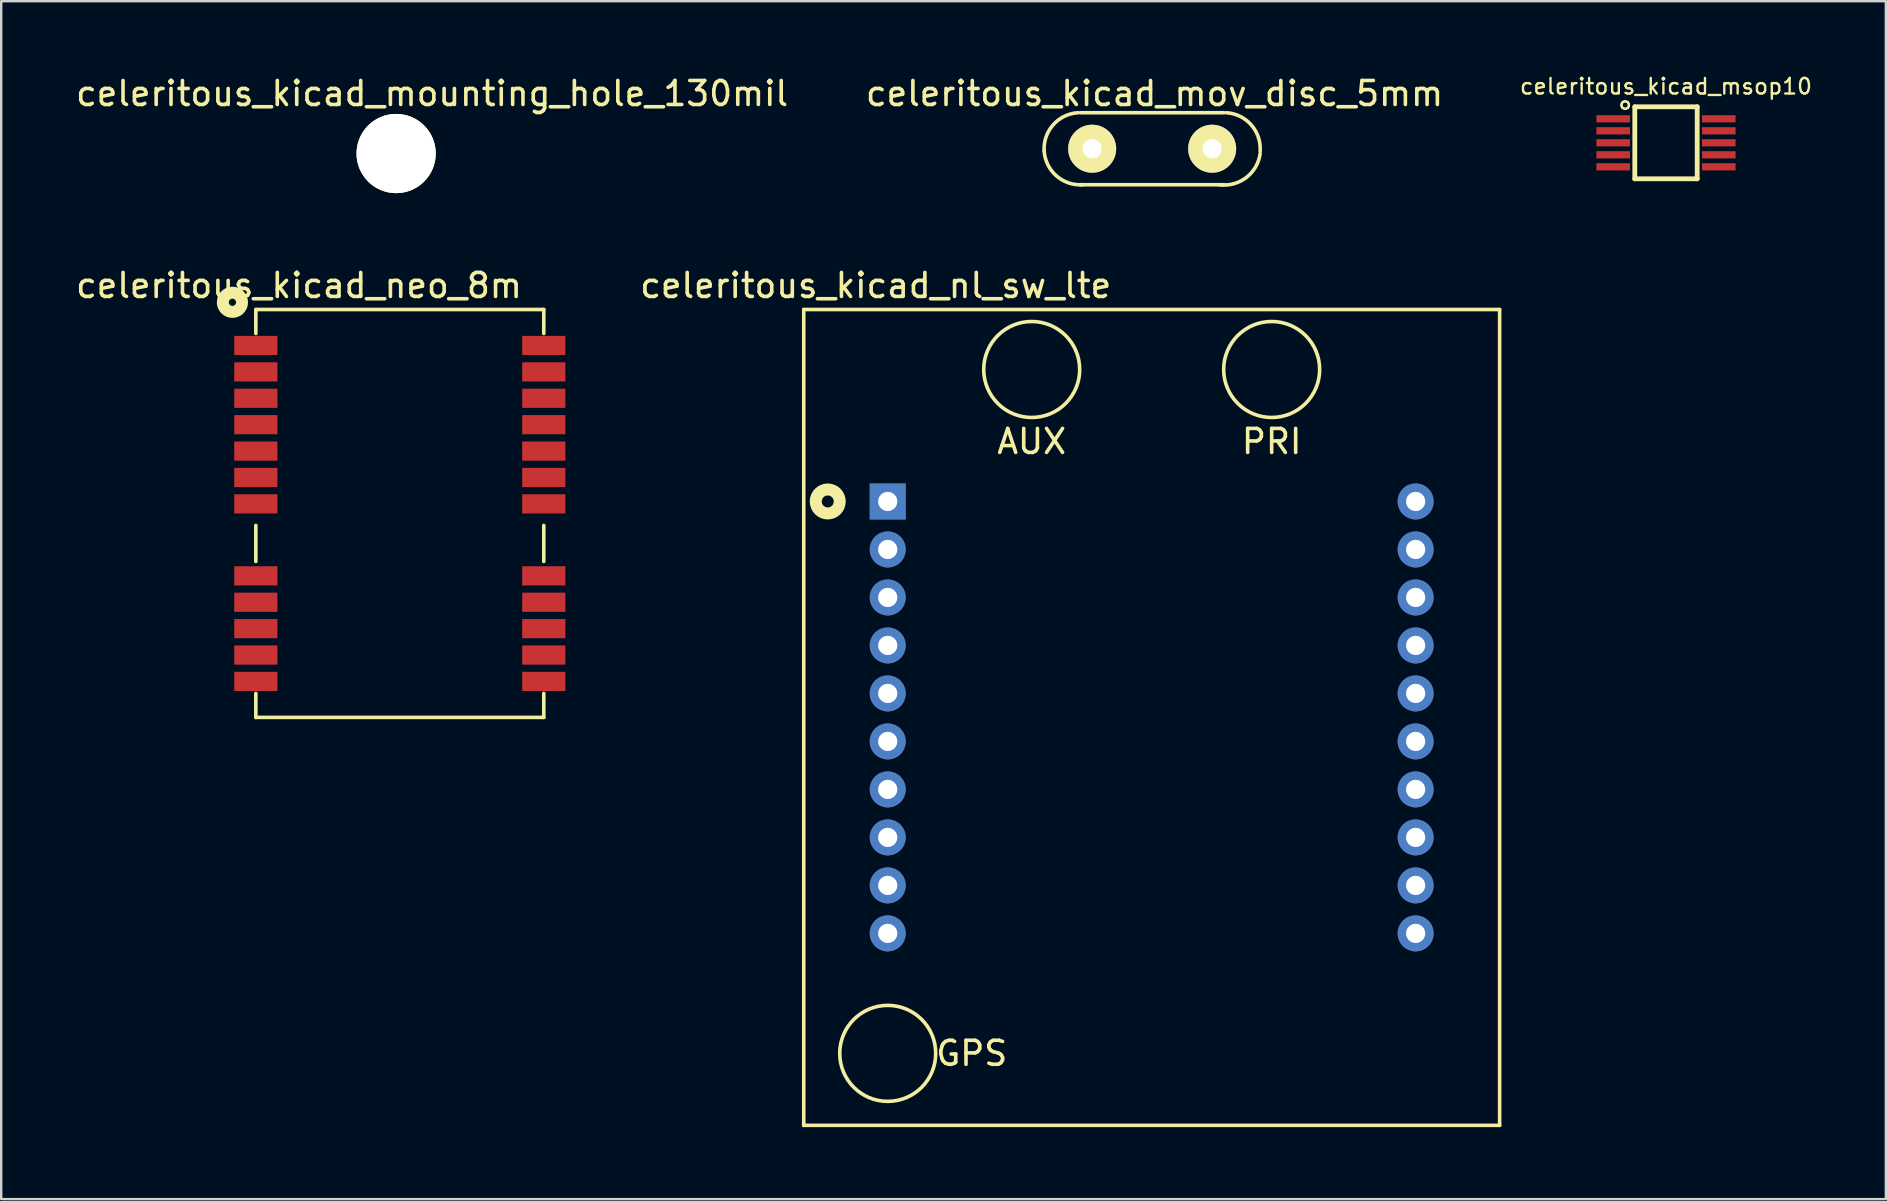
<source format=kicad_pcb>
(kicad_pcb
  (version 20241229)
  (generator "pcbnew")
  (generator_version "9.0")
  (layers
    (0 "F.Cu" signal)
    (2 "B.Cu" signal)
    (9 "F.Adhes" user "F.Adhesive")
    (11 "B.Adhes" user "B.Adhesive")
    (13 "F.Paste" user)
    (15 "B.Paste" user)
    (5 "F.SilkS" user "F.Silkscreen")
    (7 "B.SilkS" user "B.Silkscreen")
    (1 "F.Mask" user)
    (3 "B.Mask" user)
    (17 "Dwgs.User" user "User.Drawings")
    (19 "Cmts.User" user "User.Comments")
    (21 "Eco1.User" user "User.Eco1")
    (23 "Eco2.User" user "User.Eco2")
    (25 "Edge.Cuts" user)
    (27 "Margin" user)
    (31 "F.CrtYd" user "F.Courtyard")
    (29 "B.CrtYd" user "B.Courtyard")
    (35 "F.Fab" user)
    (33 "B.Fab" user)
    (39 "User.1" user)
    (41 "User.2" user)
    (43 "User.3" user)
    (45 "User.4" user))
  (footprint "celeritous_kicad_mounting_hole_130mil"
    (layer "F.Cu")
    (at 13.458 3.348)
    (property "Reference" "celeritous_kicad_mounting_hole_130mil" (at 1.5 -2.5 0) (layer "F.SilkS") (effects (font (size 1 1) (thickness 0.15))))
    (attr through_hole)
    (pad "" np_thru_hole circle (at 0 0) (size 3.302 3.302) (drill 3.302) (layers "*.Cu" "*.Mask" "F.SilkS")))
  (footprint "celeritous_kicad_mov_disc_5mm"
    (layer "F.Cu")
    (at 44.965 3.148)
    (property "Reference" "celeritous_kicad_mov_disc_5mm" (at 0.1 -2.3 0) (layer "F.SilkS") (effects (font (size 1 1) (thickness 0.15))))
    (attr through_hole)
    (fp_line (start -3 1.5) (end 3 1.5) (stroke (width 0.15) (type solid)) (layer "F.SilkS"))
    (fp_line (start 3 -1.5) (end -3 -1.5) (stroke (width 0.15) (type solid)) (layer "F.SilkS"))
    (fp_arc (start -4.5 0.1) (mid -4.131371 -0.989949) (end -3.1 -1.5) (stroke (width 0.15) (type solid)) (layer "F.SilkS"))
    (fp_arc (start -2.9 1.5) (mid -3.989949 1.131371) (end -4.5 0.1) (stroke (width 0.15) (type solid)) (layer "F.SilkS"))
    (fp_arc (start 3.1 -1.5) (mid 4.131371 -0.989949) (end 4.5 0.1) (stroke (width 0.15) (type solid)) (layer "F.SilkS"))
    (fp_arc (start 4.5 0.2) (mid 3.919239 1.202082) (end 2.8 1.5) (stroke (width 0.15) (type solid)) (layer "F.SilkS"))
    (pad "1" thru_hole circle (at -2.5 0) (size 2 2) (drill 0.8) (layers "*.Cu" "*.Mask" "F.SilkS"))
    (pad "2" thru_hole circle (at 2.5 0) (size 2 2) (drill 0.8) (layers "*.Cu" "*.Mask" "F.SilkS")))
  (footprint "celeritous_kicad_msop10"
    (layer "F.Cu")
    (at 66.378 2.901)
    (property "Reference" "celeritous_kicad_msop10" (at 0 -2.35 0) (layer "F.SilkS") (effects (font (size 0.65 0.65) (thickness 0.098))))
    (attr smd)
    (fp_line (start -1.3 -1.5) (end 1.3 -1.5) (stroke (width 0.2) (type solid)) (layer "F.SilkS"))
    (fp_line (start -1.3 1.5) (end -1.3 -1.5) (stroke (width 0.2) (type solid)) (layer "F.SilkS"))
    (fp_line (start 1.3 -1.5) (end 1.3 1.5) (stroke (width 0.2) (type solid)) (layer "F.SilkS"))
    (fp_line (start 1.3 1.5) (end -1.3 1.5) (stroke (width 0.2) (type solid)) (layer "F.SilkS"))
    (fp_text user "○" (at -1.7 -1.6 0) (layer "F.SilkS") (effects (font (size 0.4 0.4) (thickness 0.1))))
    (pad "1" smd rect (at -2.2 -1) (size 1.4 0.3) (layers "F.Cu" "F.Mask" "F.Paste"))
    (pad "2" smd rect (at -2.2 -0.5) (size 1.4 0.3) (layers "F.Cu" "F.Mask" "F.Paste"))
    (pad "3" smd rect (at -2.2 0) (size 1.4 0.3) (layers "F.Cu" "F.Mask" "F.Paste"))
    (pad "4" smd rect (at -2.2 0.5) (size 1.4 0.3) (layers "F.Cu" "F.Mask" "F.Paste"))
    (pad "5" smd rect (at -2.2 1) (size 1.4 0.3) (layers "F.Cu" "F.Mask" "F.Paste"))
    (pad "6" smd rect (at 2.2 1) (size 1.4 0.3) (layers "F.Cu" "F.Mask" "F.Paste"))
    (pad "7" smd rect (at 2.2 0.5) (size 1.4 0.3) (layers "F.Cu" "F.Mask" "F.Paste"))
    (pad "8" smd rect (at 2.2 0) (size 1.4 0.3) (layers "F.Cu" "F.Mask" "F.Paste"))
    (pad "9" smd rect (at 2.2 -0.5) (size 1.4 0.3) (layers "F.Cu" "F.Mask" "F.Paste"))
    (pad "10" smd rect (at 2.2 -1) (size 1.4 0.3) (layers "F.Cu" "F.Mask" "F.Paste")))
  (footprint "celeritous_kicad_neo_8m"
    (layer "F.Cu")
    (at 13.611 11.348)
    (property "Reference" "celeritous_kicad_neo_8m" (at -4.2 -2.5 0) (layer "F.SilkS") (effects (font (size 1 1) (thickness 0.15))))
    (attr through_hole)
    (fp_line (start -6 -1.5) (end -6 -0.5) (stroke (width 0.15) (type solid)) (layer "F.SilkS"))
    (fp_line (start -6 7.5) (end -6 9) (stroke (width 0.15) (type solid)) (layer "F.SilkS"))
    (fp_line (start -6 15.5) (end -6 14.5) (stroke (width 0.15) (type solid)) (layer "F.SilkS"))
    (fp_line (start 6 -1.5) (end -6 -1.5) (stroke (width 0.15) (type solid)) (layer "F.SilkS"))
    (fp_line (start 6 -0.5) (end 6 -1.5) (stroke (width 0.15) (type solid)) (layer "F.SilkS"))
    (fp_line (start 6 9) (end 6 7.5) (stroke (width 0.15) (type solid)) (layer "F.SilkS"))
    (fp_line (start 6 14.5) (end 6 15.5) (stroke (width 0.15) (type solid)) (layer "F.SilkS"))
    (fp_line (start 6 15.5) (end -6 15.5) (stroke (width 0.15) (type solid)) (layer "F.SilkS"))
    (fp_circle (center -6.975 -1.8) (end -6.575 -1.8) (stroke (width 0.5) (type solid)) (fill no) (layer "F.SilkS"))
    (pad "1" smd rect (at -6 0) (size 1.8 0.8) (layers "F.Cu" "F.Mask" "F.Paste"))
    (pad "2" smd rect (at -6 1.1) (size 1.8 0.8) (layers "F.Cu" "F.Mask" "F.Paste"))
    (pad "3" smd rect (at -6 2.2) (size 1.8 0.8) (layers "F.Cu" "F.Mask" "F.Paste"))
    (pad "4" smd rect (at -6 3.3) (size 1.8 0.8) (layers "F.Cu" "F.Mask" "F.Paste"))
    (pad "5" smd rect (at -6 4.4) (size 1.8 0.8) (layers "F.Cu" "F.Mask" "F.Paste"))
    (pad "6" smd rect (at -6 5.5) (size 1.8 0.8) (layers "F.Cu" "F.Mask" "F.Paste"))
    (pad "7" smd rect (at -6 6.6) (size 1.8 0.8) (layers "F.Cu" "F.Mask" "F.Paste"))
    (pad "8" smd rect (at -6 9.6) (size 1.8 0.8) (layers "F.Cu" "F.Mask" "F.Paste"))
    (pad "9" smd rect (at -6 10.7) (size 1.8 0.8) (layers "F.Cu" "F.Mask" "F.Paste"))
    (pad "10" smd rect (at -6 11.8) (size 1.8 0.8) (layers "F.Cu" "F.Mask" "F.Paste"))
    (pad "11" smd rect (at -6 12.9) (size 1.8 0.8) (layers "F.Cu" "F.Mask" "F.Paste"))
    (pad "12" smd rect (at -6 14) (size 1.8 0.8) (layers "F.Cu" "F.Mask" "F.Paste"))
    (pad "13" smd rect (at 6 14) (size 1.8 0.8) (layers "F.Cu" "F.Mask" "F.Paste"))
    (pad "14" smd rect (at 6 12.9) (size 1.8 0.8) (layers "F.Cu" "F.Mask" "F.Paste"))
    (pad "15" smd rect (at 6 11.8) (size 1.8 0.8) (layers "F.Cu" "F.Mask" "F.Paste"))
    (pad "16" smd rect (at 6 10.7) (size 1.8 0.8) (layers "F.Cu" "F.Mask" "F.Paste"))
    (pad "17" smd rect (at 6 9.6) (size 1.8 0.8) (layers "F.Cu" "F.Mask" "F.Paste"))
    (pad "18" smd rect (at 6 6.6) (size 1.8 0.8) (layers "F.Cu" "F.Mask" "F.Paste"))
    (pad "19" smd rect (at 6 5.5) (size 1.8 0.8) (layers "F.Cu" "F.Mask" "F.Paste"))
    (pad "20" smd rect (at 6 4.4) (size 1.8 0.8) (layers "F.Cu" "F.Mask" "F.Paste"))
    (pad "21" smd rect (at 6 3.3) (size 1.8 0.8) (layers "F.Cu" "F.Mask" "F.Paste"))
    (pad "22" smd rect (at 6 2.2) (size 1.8 0.8) (layers "F.Cu" "F.Mask" "F.Paste"))
    (pad "23" smd rect (at 6 1.1) (size 1.8 0.8) (layers "F.Cu" "F.Mask" "F.Paste"))
    (pad "24" smd rect (at 6 0) (size 1.8 0.8) (layers "F.Cu" "F.Mask" "F.Paste")))
  (footprint "celeritous_kicad_nl_sw_lte"
    (layer "F.Cu")
    (at 33.945 17.848)
    (property "Reference" "celeritous_kicad_nl_sw_lte" (at -0.5 -9 0) (layer "F.SilkS") (effects (font (size 1 1) (thickness 0.15))))
    (attr through_hole)
    (fp_line (start -3.5 -8) (end -3.5 26) (stroke (width 0.15) (type solid)) (layer "F.SilkS"))
    (fp_line (start -3.5 26) (end 25.5 26) (stroke (width 0.15) (type solid)) (layer "F.SilkS"))
    (fp_line (start 25.5 -8) (end -3.5 -8) (stroke (width 0.15) (type solid)) (layer "F.SilkS"))
    (fp_line (start 25.5 26) (end 25.5 -8) (stroke (width 0.15) (type solid)) (layer "F.SilkS"))
    (fp_circle (center -2.5 0) (end -2 0) (stroke (width 0.5) (type solid)) (fill no) (layer "F.SilkS"))
    (fp_circle (center 0 23) (end 2 23) (stroke (width 0.15) (type solid)) (fill no) (layer "F.SilkS"))
    (fp_circle (center 6 -5.5) (end 8 -5.5) (stroke (width 0.15) (type solid)) (fill no) (layer "F.SilkS"))
    (fp_circle (center 16 -5.5) (end 18 -5.5) (stroke (width 0.15) (type solid)) (fill no) (layer "F.SilkS"))
    (fp_text user "AUX" (at 6 -2.5 0) (layer "F.SilkS") (effects (font (size 1 1) (thickness 0.15))))
    (fp_text user "PRI" (at 16 -2.5 0) (layer "F.SilkS") (effects (font (size 1 1) (thickness 0.15))))
    (fp_text user "GPS" (at 3.5 23 0) (layer "F.SilkS") (effects (font (size 1 1) (thickness 0.15))))
    (pad "1" thru_hole rect (at 0 0) (size 1.5 1.5) (drill 0.8) (layers "*.Cu" "*.Mask"))
    (pad "2" thru_hole circle (at 0 2) (size 1.5 1.5) (drill 0.8) (layers "*.Cu" "*.Mask"))
    (pad "3" thru_hole circle (at 0 4) (size 1.5 1.5) (drill 0.8) (layers "*.Cu" "*.Mask"))
    (pad "4" thru_hole circle (at 0 6) (size 1.5 1.5) (drill 0.8) (layers "*.Cu" "*.Mask"))
    (pad "5" thru_hole circle (at 0 8) (size 1.5 1.5) (drill 0.8) (layers "*.Cu" "*.Mask"))
    (pad "6" thru_hole circle (at 0 10) (size 1.5 1.5) (drill 0.8) (layers "*.Cu" "*.Mask"))
    (pad "7" thru_hole circle (at 0 12) (size 1.5 1.5) (drill 0.8) (layers "*.Cu" "*.Mask"))
    (pad "8" thru_hole circle (at 0 14) (size 1.5 1.5) (drill 0.8) (layers "*.Cu" "*.Mask"))
    (pad "9" thru_hole circle (at 0 16) (size 1.5 1.5) (drill 0.8) (layers "*.Cu" "*.Mask"))
    (pad "10" thru_hole circle (at 0 18) (size 1.5 1.5) (drill 0.8) (layers "*.Cu" "*.Mask"))
    (pad "11" thru_hole circle (at 22 18) (size 1.5 1.5) (drill 0.8) (layers "*.Cu" "*.Mask"))
    (pad "12" thru_hole circle (at 22 16) (size 1.5 1.5) (drill 0.8) (layers "*.Cu" "*.Mask"))
    (pad "13" thru_hole circle (at 22 14) (size 1.5 1.5) (drill 0.8) (layers "*.Cu" "*.Mask"))
    (pad "14" thru_hole circle (at 22 12) (size 1.5 1.5) (drill 0.8) (layers "*.Cu" "*.Mask"))
    (pad "15" thru_hole circle (at 22 10) (size 1.5 1.5) (drill 0.8) (layers "*.Cu" "*.Mask"))
    (pad "16" thru_hole circle (at 22 8) (size 1.5 1.5) (drill 0.8) (layers "*.Cu" "*.Mask"))
    (pad "17" thru_hole circle (at 22 6) (size 1.5 1.5) (drill 0.8) (layers "*.Cu" "*.Mask"))
    (pad "18" thru_hole circle (at 22 4) (size 1.5 1.5) (drill 0.8) (layers "*.Cu" "*.Mask"))
    (pad "19" thru_hole circle (at 22 2) (size 1.5 1.5) (drill 0.8) (layers "*.Cu" "*.Mask"))
    (pad "20" thru_hole circle (at 22 0) (size 1.5 1.5) (drill 0.8) (layers "*.Cu" "*.Mask")))
  (gr_rect
    (start -3 -3)
    (end 75.541 46.922)
    (stroke (width 0.1) (type default))
    (fill no)
    (layer "Edge.Cuts")))
</source>
